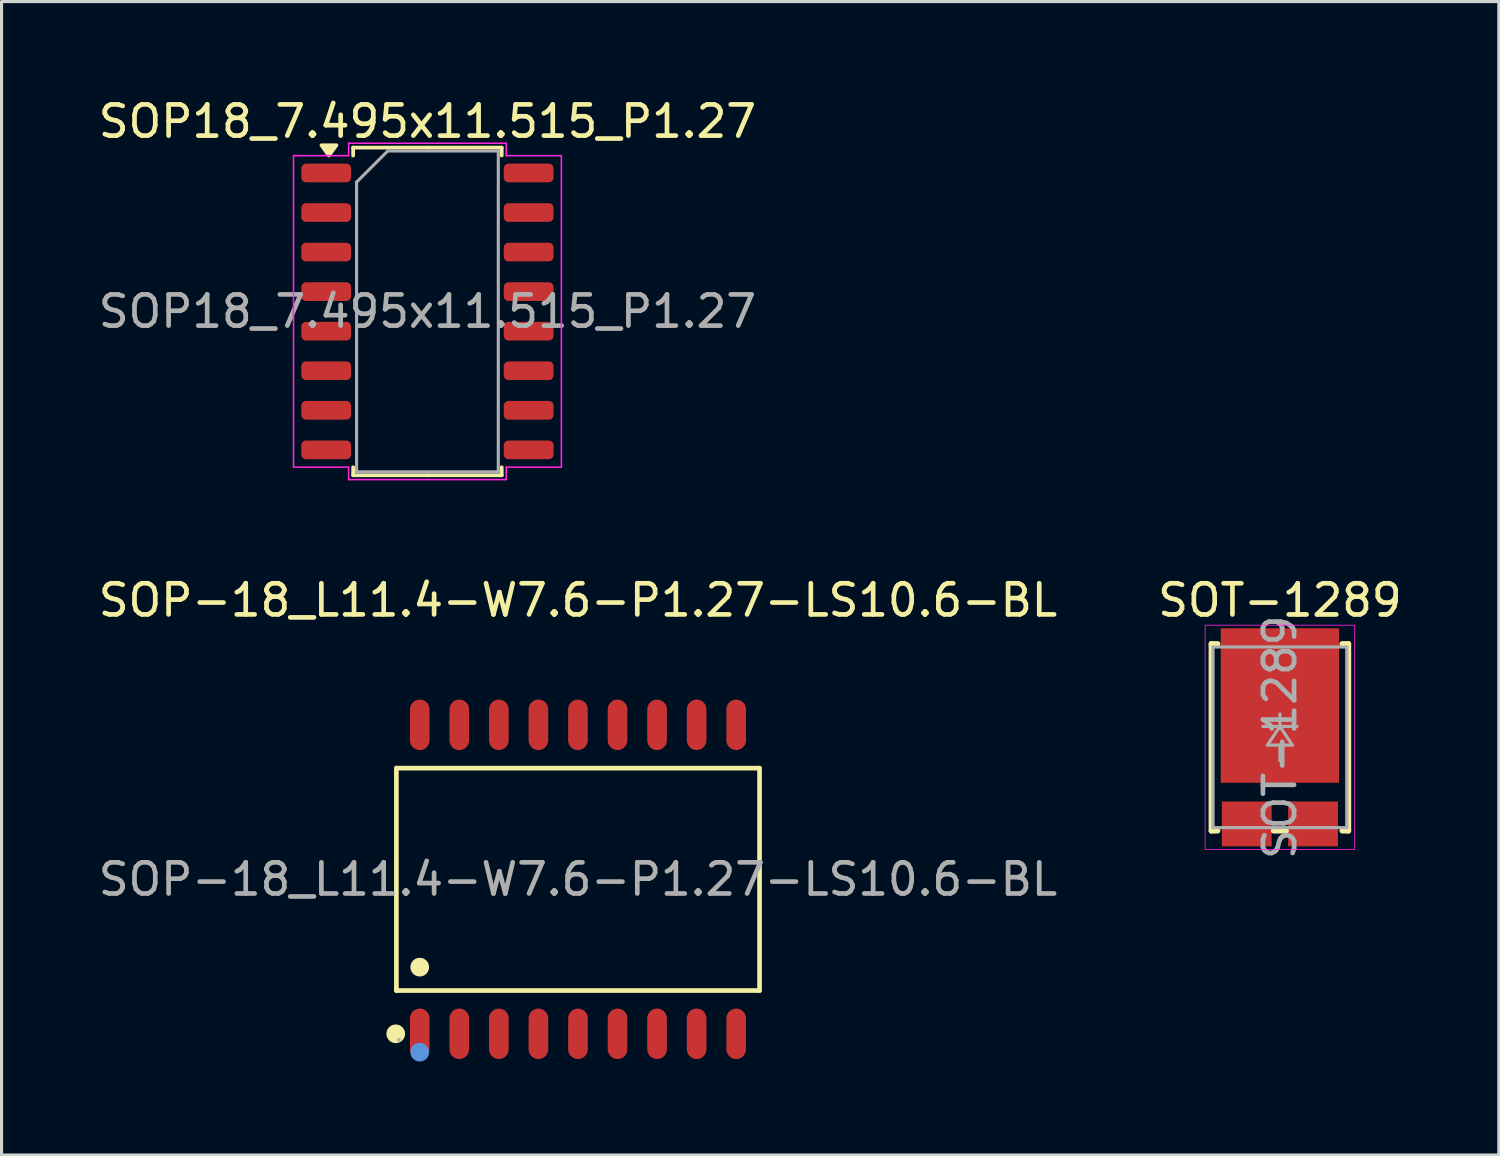
<source format=kicad_pcb>
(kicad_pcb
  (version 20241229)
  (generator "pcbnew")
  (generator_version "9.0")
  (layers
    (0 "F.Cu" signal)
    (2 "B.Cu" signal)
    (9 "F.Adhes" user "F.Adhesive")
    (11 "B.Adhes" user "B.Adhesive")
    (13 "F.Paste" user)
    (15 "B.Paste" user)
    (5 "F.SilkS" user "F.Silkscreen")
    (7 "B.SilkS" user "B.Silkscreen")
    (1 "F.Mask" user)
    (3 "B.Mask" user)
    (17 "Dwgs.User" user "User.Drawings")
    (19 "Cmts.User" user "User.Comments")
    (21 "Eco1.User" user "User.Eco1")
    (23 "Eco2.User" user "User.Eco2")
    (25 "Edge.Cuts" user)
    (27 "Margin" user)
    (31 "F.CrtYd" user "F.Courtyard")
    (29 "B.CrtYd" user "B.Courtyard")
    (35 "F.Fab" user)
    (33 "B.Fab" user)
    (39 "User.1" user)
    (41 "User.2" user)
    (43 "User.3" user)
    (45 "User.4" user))
  (footprint "SOP-18_L11.4-W7.6-P1.27-LS10.6-BL"
    (layer "F.Cu")
    (at 15.506 25.181)
    (property "Reference" "SOP-18_L11.4-W7.6-P1.27-LS10.6-BL" (at 0 -8.96 0) (layer "F.SilkS") (effects (font (size 1 1) (thickness 0.15))))
    (attr smd)
    (fp_line (start -5.83 -3.57) (end 5.83 -3.57) (stroke (width 0.15) (type solid)) (layer "F.SilkS"))
    (fp_line (start -5.83 3.57) (end -5.83 -3.57) (stroke (width 0.15) (type solid)) (layer "F.SilkS"))
    (fp_line (start 5.83 -3.57) (end 5.83 3.57) (stroke (width 0.15) (type solid)) (layer "F.SilkS"))
    (fp_line (start 5.83 3.57) (end -5.83 3.57) (stroke (width 0.15) (type solid)) (layer "F.SilkS"))
    (fp_circle (center -5.85 4.96) (end -5.7 4.96) (stroke (width 0.3) (type solid)) (fill no) (layer "F.SilkS"))
    (fp_circle (center -5.08 2.82) (end -4.93 2.82) (stroke (width 0.3) (type solid)) (fill no) (layer "F.SilkS"))
    (fp_circle (center -5.08 5.55) (end -4.93 5.55) (stroke (width 0.3) (type solid)) (fill no) (layer "Cmts.User"))
    (fp_circle (center -5.75 5.15) (end -5.72 5.15) (stroke (width 0.06) (type solid)) (fill no) (layer "F.Fab"))
    (fp_text user "${REFERENCE}" (at 0 0 0) (layer "F.Fab") (effects (font (size 1 1) (thickness 0.15))))
    (pad "1" smd oval (at -5.08 4.96) (size 0.63 1.62) (layers "F.Cu" "F.Mask" "F.Paste"))
    (pad "2" smd oval (at -3.81 4.96) (size 0.63 1.62) (layers "F.Cu" "F.Mask" "F.Paste"))
    (pad "3" smd oval (at -2.54 4.96) (size 0.63 1.62) (layers "F.Cu" "F.Mask" "F.Paste"))
    (pad "4" smd oval (at -1.27 4.96) (size 0.63 1.62) (layers "F.Cu" "F.Mask" "F.Paste"))
    (pad "5" smd oval (at 0 4.96) (size 0.63 1.62) (layers "F.Cu" "F.Mask" "F.Paste"))
    (pad "6" smd oval (at 1.27 4.96) (size 0.63 1.62) (layers "F.Cu" "F.Mask" "F.Paste"))
    (pad "7" smd oval (at 2.54 4.96) (size 0.63 1.62) (layers "F.Cu" "F.Mask" "F.Paste"))
    (pad "8" smd oval (at 3.81 4.96) (size 0.63 1.62) (layers "F.Cu" "F.Mask" "F.Paste"))
    (pad "9" smd oval (at 5.08 4.96) (size 0.63 1.62) (layers "F.Cu" "F.Mask" "F.Paste"))
    (pad "10" smd oval (at 5.08 -4.96) (size 0.63 1.62) (layers "F.Cu" "F.Mask" "F.Paste"))
    (pad "11" smd oval (at 3.81 -4.96) (size 0.63 1.62) (layers "F.Cu" "F.Mask" "F.Paste"))
    (pad "12" smd oval (at 2.54 -4.96) (size 0.63 1.62) (layers "F.Cu" "F.Mask" "F.Paste"))
    (pad "13" smd oval (at 1.27 -4.96) (size 0.63 1.62) (layers "F.Cu" "F.Mask" "F.Paste"))
    (pad "14" smd oval (at 0 -4.96) (size 0.63 1.62) (layers "F.Cu" "F.Mask" "F.Paste"))
    (pad "15" smd oval (at -1.27 -4.96) (size 0.63 1.62) (layers "F.Cu" "F.Mask" "F.Paste"))
    (pad "16" smd oval (at -2.54 -4.96) (size 0.63 1.62) (layers "F.Cu" "F.Mask" "F.Paste"))
    (pad "17" smd oval (at -3.81 -4.96) (size 0.63 1.62) (layers "F.Cu" "F.Mask" "F.Paste"))
    (pad "18" smd oval (at -5.08 -4.96) (size 0.63 1.62) (layers "F.Cu" "F.Mask" "F.Paste")))
  (footprint "SOT-1289"
    (layer "F.Cu")
    (at 38.042 20.622)
    (property "Reference" "SOT-1289" (at 0 -4.4 0) (layer "F.SilkS") (effects (font (size 1 1) (thickness 0.15))))
    (attr smd)
    (fp_line (start -2.2 -3) (end -2.2 3) (stroke (width 0.178) (type solid)) (layer "F.SilkS"))
    (fp_line (start -2.2 -3) (end -2 -3) (stroke (width 0.178) (type solid)) (layer "F.SilkS"))
    (fp_line (start -2 3) (end -2.2 3) (stroke (width 0.178) (type solid)) (layer "F.SilkS"))
    (fp_line (start -0.2 3) (end 0.2 3) (stroke (width 0.178) (type solid)) (layer "F.SilkS"))
    (fp_line (start 2 -3) (end 2.2 -3) (stroke (width 0.178) (type solid)) (layer "F.SilkS"))
    (fp_line (start 2 3) (end 2.2 3) (stroke (width 0.178) (type solid)) (layer "F.SilkS"))
    (fp_line (start 2.2 -3) (end 2.2 3) (stroke (width 0.178) (type solid)) (layer "F.SilkS"))
    (fp_rect (start -2.4 -3.6) (end 2.4 3.6) (stroke (width 0.025) (type default)) (fill no) (layer "F.CrtYd"))
    (fp_line (start -2.15 -2.9) (end 2.15 -2.9) (stroke (width 0.1) (type solid)) (layer "F.Fab"))
    (fp_line (start -2.15 2.9) (end -2.15 -2.9) (stroke (width 0.1) (type solid)) (layer "F.Fab"))
    (fp_line (start -0.4 0.25) (end 0 -0.35) (stroke (width 0.1) (type solid)) (layer "F.Fab"))
    (fp_line (start 0 -0.75) (end 0 -0.35) (stroke (width 0.1) (type solid)) (layer "F.Fab"))
    (fp_line (start 0 -0.35) (end 0.4 0.25) (stroke (width 0.1) (type solid)) (layer "F.Fab"))
    (fp_line (start 0 0.25) (end 0 0.75) (stroke (width 0.1) (type solid)) (layer "F.Fab"))
    (fp_line (start 0.4 0.25) (end -0.4 0.25) (stroke (width 0.1) (type solid)) (layer "F.Fab"))
    (fp_line (start 0.55 -0.35) (end -0.55 -0.35) (stroke (width 0.1) (type solid)) (layer "F.Fab"))
    (fp_line (start 2.15 -2.9) (end 2.15 2.9) (stroke (width 0.1) (type solid)) (layer "F.Fab"))
    (fp_line (start 2.15 2.9) (end -2.15 2.9) (stroke (width 0.1) (type solid)) (layer "F.Fab"))
    (fp_text user "${REFERENCE}" (at 0 0 90) (layer "F.Fab") (effects (font (size 1 1) (thickness 0.15))))
    (pad "" smd rect (at -0.95 -1.7 270) (size 1.9 1.7) (layers "F.Paste"))
    (pad "" smd rect (at -0.95 0.4 270) (size 1.9 1.7) (layers "F.Paste"))
    (pad "" smd rect (at 0 -3.15 270) (size 0.6 2.4) (layers "F.Paste"))
    (pad "" smd rect (at 0.95 -1.7 270) (size 1.9 1.7) (layers "F.Paste"))
    (pad "" smd rect (at 0.95 0.4 270) (size 1.9 1.7) (layers "F.Paste"))
    (pad "A" smd rect (at -1.065 2.78 270) (size 1.44 1.6) (layers "F.Cu" "F.Mask" "F.Paste"))
    (pad "A" smd rect (at 1.065 2.78 270) (size 1.44 1.6) (layers "F.Cu" "F.Mask" "F.Paste"))
    (pad "C" smd rect (at 0 -1.02 270) (size 4.96 3.8) (layers "F.Cu" "F.Mask")))
  (footprint "SOP18_7.495x11.515_P1.27"
    (layer "F.Cu")
    (at 10.673 6.948)
    (property "Reference" "SOP18_7.495x11.515_P1.27" (at 0 -6.1 0) (layer "F.SilkS") (effects (font (size 1 1) (thickness 0.15))))
    (attr smd)
    (fp_line (start -2.385 -5.26) (end -2.385 -5.005) (stroke (width 0.12) (type solid)) (layer "F.SilkS"))
    (fp_line (start -2.385 5.26) (end -2.385 5.005) (stroke (width 0.12) (type solid)) (layer "F.SilkS"))
    (fp_line (start 0 -5.26) (end -2.385 -5.26) (stroke (width 0.12) (type solid)) (layer "F.SilkS"))
    (fp_line (start 0 -5.26) (end 2.385 -5.26) (stroke (width 0.12) (type solid)) (layer "F.SilkS"))
    (fp_line (start 0 5.26) (end -2.385 5.26) (stroke (width 0.12) (type solid)) (layer "F.SilkS"))
    (fp_line (start 0 5.26) (end 2.385 5.26) (stroke (width 0.12) (type solid)) (layer "F.SilkS"))
    (fp_line (start 2.385 -5.26) (end 2.385 -5.005) (stroke (width 0.12) (type solid)) (layer "F.SilkS"))
    (fp_line (start 2.385 5.26) (end 2.385 5.005) (stroke (width 0.12) (type solid)) (layer "F.SilkS"))
    (fp_poly (pts (xy -3.163 -5.005) (xy -3.402 -5.335) (xy -2.922 -5.335)) (stroke (width 0.12) (type solid)) (fill yes) (layer "F.SilkS"))
    (fp_line (start -4.3 -5) (end -2.53 -5) (stroke (width 0.05) (type solid)) (layer "F.CrtYd"))
    (fp_line (start -4.3 5) (end -4.3 -5) (stroke (width 0.05) (type solid)) (layer "F.CrtYd"))
    (fp_line (start -2.53 -5.4) (end 2.53 -5.4) (stroke (width 0.05) (type solid)) (layer "F.CrtYd"))
    (fp_line (start -2.53 -5) (end -2.53 -5.4) (stroke (width 0.05) (type solid)) (layer "F.CrtYd"))
    (fp_line (start -2.53 5) (end -4.3 5) (stroke (width 0.05) (type solid)) (layer "F.CrtYd"))
    (fp_line (start -2.53 5.4) (end -2.53 5) (stroke (width 0.05) (type solid)) (layer "F.CrtYd"))
    (fp_line (start 2.53 -5.4) (end 2.53 -5) (stroke (width 0.05) (type solid)) (layer "F.CrtYd"))
    (fp_line (start 2.53 -5) (end 4.3 -5) (stroke (width 0.05) (type solid)) (layer "F.CrtYd"))
    (fp_line (start 2.53 5) (end 2.53 5.4) (stroke (width 0.05) (type solid)) (layer "F.CrtYd"))
    (fp_line (start 2.53 5.4) (end -2.53 5.4) (stroke (width 0.05) (type solid)) (layer "F.CrtYd"))
    (fp_line (start 4.3 -5) (end 4.3 5) (stroke (width 0.05) (type solid)) (layer "F.CrtYd"))
    (fp_line (start 4.3 5) (end 2.53 5) (stroke (width 0.05) (type solid)) (layer "F.CrtYd"))
    (fp_line (start -2.275 -4.15) (end -1.275 -5.15) (stroke (width 0.1) (type solid)) (layer "F.Fab"))
    (fp_line (start -2.275 5.15) (end -2.275 -4.15) (stroke (width 0.1) (type solid)) (layer "F.Fab"))
    (fp_line (start -1.275 -5.15) (end 2.275 -5.15) (stroke (width 0.1) (type solid)) (layer "F.Fab"))
    (fp_line (start 2.275 -5.15) (end 2.275 5.15) (stroke (width 0.1) (type solid)) (layer "F.Fab"))
    (fp_line (start 2.275 5.15) (end -2.275 5.15) (stroke (width 0.1) (type solid)) (layer "F.Fab"))
    (fp_text user "${REFERENCE}" (at 0 0 0) (layer "F.Fab") (effects (font (size 1 1) (thickness 0.15))))
    (pad "1" smd roundrect (at -3.25 -4.445) (size 1.6 0.6) (layers "F.Cu" "F.Mask" "F.Paste") (roundrect_rratio 0.25))
    (pad "2" smd roundrect (at -3.25 -3.175) (size 1.6 0.6) (layers "F.Cu" "F.Mask" "F.Paste") (roundrect_rratio 0.25))
    (pad "3" smd roundrect (at -3.25 -1.905) (size 1.6 0.6) (layers "F.Cu" "F.Mask" "F.Paste") (roundrect_rratio 0.25))
    (pad "4" smd roundrect (at -3.25 -0.635) (size 1.6 0.6) (layers "F.Cu" "F.Mask" "F.Paste") (roundrect_rratio 0.25))
    (pad "5" smd roundrect (at -3.25 0.635) (size 1.6 0.6) (layers "F.Cu" "F.Mask" "F.Paste") (roundrect_rratio 0.25))
    (pad "6" smd roundrect (at -3.25 1.905) (size 1.6 0.6) (layers "F.Cu" "F.Mask" "F.Paste") (roundrect_rratio 0.25))
    (pad "7" smd roundrect (at -3.25 3.175) (size 1.6 0.6) (layers "F.Cu" "F.Mask" "F.Paste") (roundrect_rratio 0.25))
    (pad "8" smd roundrect (at -3.25 4.445) (size 1.6 0.6) (layers "F.Cu" "F.Mask" "F.Paste") (roundrect_rratio 0.25))
    (pad "9" smd roundrect (at 3.25 4.445) (size 1.6 0.6) (layers "F.Cu" "F.Mask" "F.Paste") (roundrect_rratio 0.25))
    (pad "10" smd roundrect (at 3.25 3.175) (size 1.6 0.6) (layers "F.Cu" "F.Mask" "F.Paste") (roundrect_rratio 0.25))
    (pad "11" smd roundrect (at 3.25 1.905) (size 1.6 0.6) (layers "F.Cu" "F.Mask" "F.Paste") (roundrect_rratio 0.25))
    (pad "12" smd roundrect (at 3.25 0.635) (size 1.6 0.6) (layers "F.Cu" "F.Mask" "F.Paste") (roundrect_rratio 0.25))
    (pad "13" smd roundrect (at 3.25 -0.635) (size 1.6 0.6) (layers "F.Cu" "F.Mask" "F.Paste") (roundrect_rratio 0.25))
    (pad "14" smd roundrect (at 3.25 -1.905) (size 1.6 0.6) (layers "F.Cu" "F.Mask" "F.Paste") (roundrect_rratio 0.25))
    (pad "15" smd roundrect (at 3.25 -3.175) (size 1.6 0.6) (layers "F.Cu" "F.Mask" "F.Paste") (roundrect_rratio 0.25))
    (pad "16" smd roundrect (at 3.25 -4.445) (size 1.6 0.6) (layers "F.Cu" "F.Mask" "F.Paste") (roundrect_rratio 0.25)))
  (gr_rect
    (start -3 -3)
    (end 45.071 34.032)
    (stroke (width 0.1) (type default))
    (fill no)
    (layer "Edge.Cuts")))
</source>
